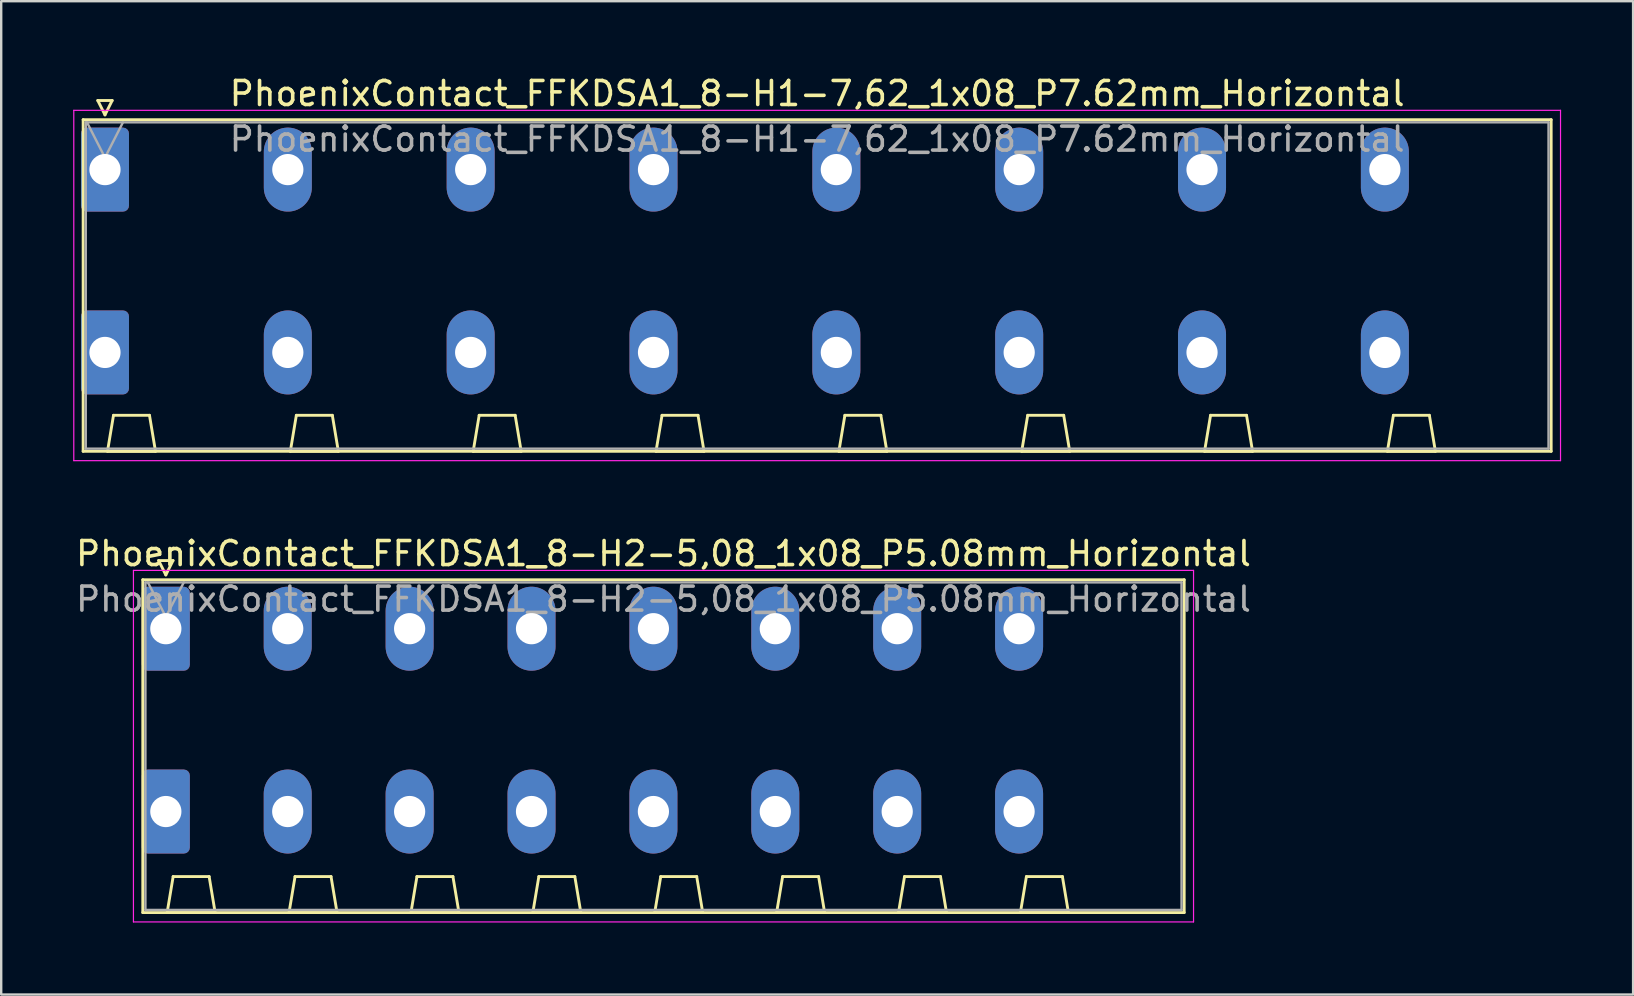
<source format=kicad_pcb>
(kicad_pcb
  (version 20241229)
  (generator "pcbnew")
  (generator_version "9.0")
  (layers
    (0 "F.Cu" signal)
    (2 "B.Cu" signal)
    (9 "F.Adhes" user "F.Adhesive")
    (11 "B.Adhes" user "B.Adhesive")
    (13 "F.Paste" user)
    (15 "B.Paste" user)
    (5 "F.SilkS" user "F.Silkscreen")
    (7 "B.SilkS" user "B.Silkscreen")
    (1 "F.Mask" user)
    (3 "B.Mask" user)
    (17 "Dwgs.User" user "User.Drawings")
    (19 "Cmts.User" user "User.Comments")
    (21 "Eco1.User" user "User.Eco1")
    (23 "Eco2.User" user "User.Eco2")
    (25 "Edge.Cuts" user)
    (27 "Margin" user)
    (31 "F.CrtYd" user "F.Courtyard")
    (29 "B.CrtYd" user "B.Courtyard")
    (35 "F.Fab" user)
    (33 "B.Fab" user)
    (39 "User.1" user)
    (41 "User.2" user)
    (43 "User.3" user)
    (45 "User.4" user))
  (footprint "PhoenixContact_FFKDSA1_8-H2-5,08_1x08_P5.08mm_Horizontal"
    (layer "F.Cu")
    (at 3.861 23.151)
    (property "Reference" "PhoenixContact_FFKDSA1_8-H2-5,08_1x08_P5.08mm_Horizontal" (at 20.74 -3.13 0) (layer "F.SilkS") (effects (font (size 1 1) (thickness 0.15))))
    (attr through_hole)
    (fp_line (start -0.96 -2.04) (end -0.96 11.83) (stroke (width 0.12) (type solid)) (layer "F.SilkS"))
    (fp_line (start -0.96 11.83) (end 42.44 11.83) (stroke (width 0.12) (type solid)) (layer "F.SilkS"))
    (fp_line (start -0.3 -2.84) (end 0.3 -2.84) (stroke (width 0.12) (type solid)) (layer "F.SilkS"))
    (fp_line (start 0 -2.24) (end -0.3 -2.84) (stroke (width 0.12) (type solid)) (layer "F.SilkS"))
    (fp_line (start 0.055 11.83) (end 2.055 11.83) (stroke (width 0.12) (type solid)) (layer "F.SilkS"))
    (fp_line (start 0.3 -2.84) (end 0 -2.24) (stroke (width 0.12) (type solid)) (layer "F.SilkS"))
    (fp_line (start 0.305 10.33) (end 0.055 11.83) (stroke (width 0.12) (type solid)) (layer "F.SilkS"))
    (fp_line (start 1.805 10.33) (end 0.305 10.33) (stroke (width 0.12) (type solid)) (layer "F.SilkS"))
    (fp_line (start 2.055 11.83) (end 1.805 10.33) (stroke (width 0.12) (type solid)) (layer "F.SilkS"))
    (fp_line (start 5.135 11.83) (end 7.135 11.83) (stroke (width 0.12) (type solid)) (layer "F.SilkS"))
    (fp_line (start 5.385 10.33) (end 5.135 11.83) (stroke (width 0.12) (type solid)) (layer "F.SilkS"))
    (fp_line (start 6.885 10.33) (end 5.385 10.33) (stroke (width 0.12) (type solid)) (layer "F.SilkS"))
    (fp_line (start 7.135 11.83) (end 6.885 10.33) (stroke (width 0.12) (type solid)) (layer "F.SilkS"))
    (fp_line (start 10.215 11.83) (end 12.215 11.83) (stroke (width 0.12) (type solid)) (layer "F.SilkS"))
    (fp_line (start 10.465 10.33) (end 10.215 11.83) (stroke (width 0.12) (type solid)) (layer "F.SilkS"))
    (fp_line (start 11.965 10.33) (end 10.465 10.33) (stroke (width 0.12) (type solid)) (layer "F.SilkS"))
    (fp_line (start 12.215 11.83) (end 11.965 10.33) (stroke (width 0.12) (type solid)) (layer "F.SilkS"))
    (fp_line (start 15.295 11.83) (end 17.295 11.83) (stroke (width 0.12) (type solid)) (layer "F.SilkS"))
    (fp_line (start 15.545 10.33) (end 15.295 11.83) (stroke (width 0.12) (type solid)) (layer "F.SilkS"))
    (fp_line (start 17.045 10.33) (end 15.545 10.33) (stroke (width 0.12) (type solid)) (layer "F.SilkS"))
    (fp_line (start 17.295 11.83) (end 17.045 10.33) (stroke (width 0.12) (type solid)) (layer "F.SilkS"))
    (fp_line (start 20.375 11.83) (end 22.375 11.83) (stroke (width 0.12) (type solid)) (layer "F.SilkS"))
    (fp_line (start 20.625 10.33) (end 20.375 11.83) (stroke (width 0.12) (type solid)) (layer "F.SilkS"))
    (fp_line (start 22.125 10.33) (end 20.625 10.33) (stroke (width 0.12) (type solid)) (layer "F.SilkS"))
    (fp_line (start 22.375 11.83) (end 22.125 10.33) (stroke (width 0.12) (type solid)) (layer "F.SilkS"))
    (fp_line (start 25.455 11.83) (end 27.455 11.83) (stroke (width 0.12) (type solid)) (layer "F.SilkS"))
    (fp_line (start 25.705 10.33) (end 25.455 11.83) (stroke (width 0.12) (type solid)) (layer "F.SilkS"))
    (fp_line (start 27.205 10.33) (end 25.705 10.33) (stroke (width 0.12) (type solid)) (layer "F.SilkS"))
    (fp_line (start 27.455 11.83) (end 27.205 10.33) (stroke (width 0.12) (type solid)) (layer "F.SilkS"))
    (fp_line (start 30.535 11.83) (end 32.535 11.83) (stroke (width 0.12) (type solid)) (layer "F.SilkS"))
    (fp_line (start 30.785 10.33) (end 30.535 11.83) (stroke (width 0.12) (type solid)) (layer "F.SilkS"))
    (fp_line (start 32.285 10.33) (end 30.785 10.33) (stroke (width 0.12) (type solid)) (layer "F.SilkS"))
    (fp_line (start 32.535 11.83) (end 32.285 10.33) (stroke (width 0.12) (type solid)) (layer "F.SilkS"))
    (fp_line (start 35.615 11.83) (end 37.615 11.83) (stroke (width 0.12) (type solid)) (layer "F.SilkS"))
    (fp_line (start 35.865 10.33) (end 35.615 11.83) (stroke (width 0.12) (type solid)) (layer "F.SilkS"))
    (fp_line (start 37.365 10.33) (end 35.865 10.33) (stroke (width 0.12) (type solid)) (layer "F.SilkS"))
    (fp_line (start 37.615 11.83) (end 37.365 10.33) (stroke (width 0.12) (type solid)) (layer "F.SilkS"))
    (fp_line (start 42.44 -2.04) (end -0.96 -2.04) (stroke (width 0.12) (type solid)) (layer "F.SilkS"))
    (fp_line (start 42.44 11.83) (end 42.44 -2.04) (stroke (width 0.12) (type solid)) (layer "F.SilkS"))
    (fp_line (start -1.35 -2.43) (end -1.35 12.22) (stroke (width 0.05) (type solid)) (layer "F.CrtYd"))
    (fp_line (start -1.35 12.22) (end 42.83 12.22) (stroke (width 0.05) (type solid)) (layer "F.CrtYd"))
    (fp_line (start 42.83 -2.43) (end -1.35 -2.43) (stroke (width 0.05) (type solid)) (layer "F.CrtYd"))
    (fp_line (start 42.83 12.22) (end 42.83 -2.43) (stroke (width 0.05) (type solid)) (layer "F.CrtYd"))
    (fp_line (start -0.85 -1.93) (end -0.85 11.72) (stroke (width 0.1) (type solid)) (layer "F.Fab"))
    (fp_line (start -0.85 11.72) (end 42.33 11.72) (stroke (width 0.1) (type solid)) (layer "F.Fab"))
    (fp_line (start 0 -0.5) (end -0.75 -1.93) (stroke (width 0.1) (type solid)) (layer "F.Fab"))
    (fp_line (start 0.75 -1.93) (end 0 -0.5) (stroke (width 0.1) (type solid)) (layer "F.Fab"))
    (fp_line (start 42.33 -1.93) (end -0.85 -1.93) (stroke (width 0.1) (type solid)) (layer "F.Fab"))
    (fp_line (start 42.33 11.72) (end 42.33 -1.93) (stroke (width 0.1) (type solid)) (layer "F.Fab"))
    (fp_text user "${REFERENCE}" (at 20.74 -1.23 0) (layer "F.Fab") (effects (font (size 1 1) (thickness 0.15))))
    (pad "1" thru_hole roundrect (at 0 0) (size 2 3.5) (drill 1.3) (layers "*.Cu" "*.Mask") (roundrect_rratio 0.125))
    (pad "1" thru_hole roundrect (at 0 7.62) (size 2 3.5) (drill 1.3) (layers "*.Cu" "*.Mask") (roundrect_rratio 0.125))
    (pad "2" thru_hole oval (at 5.08 0) (size 2 3.5) (drill 1.3) (layers "*.Cu" "*.Mask"))
    (pad "2" thru_hole oval (at 5.08 7.62) (size 2 3.5) (drill 1.3) (layers "*.Cu" "*.Mask"))
    (pad "3" thru_hole oval (at 10.16 0) (size 2 3.5) (drill 1.3) (layers "*.Cu" "*.Mask"))
    (pad "3" thru_hole oval (at 10.16 7.62) (size 2 3.5) (drill 1.3) (layers "*.Cu" "*.Mask"))
    (pad "4" thru_hole oval (at 15.24 0) (size 2 3.5) (drill 1.3) (layers "*.Cu" "*.Mask"))
    (pad "4" thru_hole oval (at 15.24 7.62) (size 2 3.5) (drill 1.3) (layers "*.Cu" "*.Mask"))
    (pad "5" thru_hole oval (at 20.32 0) (size 2 3.5) (drill 1.3) (layers "*.Cu" "*.Mask"))
    (pad "5" thru_hole oval (at 20.32 7.62) (size 2 3.5) (drill 1.3) (layers "*.Cu" "*.Mask"))
    (pad "6" thru_hole oval (at 25.4 0) (size 2 3.5) (drill 1.3) (layers "*.Cu" "*.Mask"))
    (pad "6" thru_hole oval (at 25.4 7.62) (size 2 3.5) (drill 1.3) (layers "*.Cu" "*.Mask"))
    (pad "7" thru_hole oval (at 30.48 0) (size 2 3.5) (drill 1.3) (layers "*.Cu" "*.Mask"))
    (pad "7" thru_hole oval (at 30.48 7.62) (size 2 3.5) (drill 1.3) (layers "*.Cu" "*.Mask"))
    (pad "8" thru_hole oval (at 35.56 0) (size 2 3.5) (drill 1.3) (layers "*.Cu" "*.Mask"))
    (pad "8" thru_hole oval (at 35.56 7.62) (size 2 3.5) (drill 1.3) (layers "*.Cu" "*.Mask")))
  (footprint "PhoenixContact_FFKDSA1_8-H1-7,62_1x08_P7.62mm_Horizontal"
    (layer "F.Cu")
    (at 1.325 4.018)
    (property "Reference" "PhoenixContact_FFKDSA1_8-H1-7,62_1x08_P7.62mm_Horizontal" (at 29.68 -3.17 0) (layer "F.SilkS") (effects (font (size 1 1) (thickness 0.15))))
    (attr through_hole)
    (fp_line (start -0.91 -2.08) (end -0.91 11.74) (stroke (width 0.12) (type solid)) (layer "F.SilkS"))
    (fp_line (start -0.91 11.74) (end 60.27 11.74) (stroke (width 0.12) (type solid)) (layer "F.SilkS"))
    (fp_line (start -0.3 -2.88) (end 0.3 -2.88) (stroke (width 0.12) (type solid)) (layer "F.SilkS"))
    (fp_line (start 0 -2.28) (end -0.3 -2.88) (stroke (width 0.12) (type solid)) (layer "F.SilkS"))
    (fp_line (start 0.105 11.74) (end 2.105 11.74) (stroke (width 0.12) (type solid)) (layer "F.SilkS"))
    (fp_line (start 0.3 -2.88) (end 0 -2.28) (stroke (width 0.12) (type solid)) (layer "F.SilkS"))
    (fp_line (start 0.355 10.24) (end 0.105 11.74) (stroke (width 0.12) (type solid)) (layer "F.SilkS"))
    (fp_line (start 1.855 10.24) (end 0.355 10.24) (stroke (width 0.12) (type solid)) (layer "F.SilkS"))
    (fp_line (start 2.105 11.74) (end 1.855 10.24) (stroke (width 0.12) (type solid)) (layer "F.SilkS"))
    (fp_line (start 7.725 11.74) (end 9.725 11.74) (stroke (width 0.12) (type solid)) (layer "F.SilkS"))
    (fp_line (start 7.975 10.24) (end 7.725 11.74) (stroke (width 0.12) (type solid)) (layer "F.SilkS"))
    (fp_line (start 9.475 10.24) (end 7.975 10.24) (stroke (width 0.12) (type solid)) (layer "F.SilkS"))
    (fp_line (start 9.725 11.74) (end 9.475 10.24) (stroke (width 0.12) (type solid)) (layer "F.SilkS"))
    (fp_line (start 15.345 11.74) (end 17.345 11.74) (stroke (width 0.12) (type solid)) (layer "F.SilkS"))
    (fp_line (start 15.595 10.24) (end 15.345 11.74) (stroke (width 0.12) (type solid)) (layer "F.SilkS"))
    (fp_line (start 17.095 10.24) (end 15.595 10.24) (stroke (width 0.12) (type solid)) (layer "F.SilkS"))
    (fp_line (start 17.345 11.74) (end 17.095 10.24) (stroke (width 0.12) (type solid)) (layer "F.SilkS"))
    (fp_line (start 22.965 11.74) (end 24.965 11.74) (stroke (width 0.12) (type solid)) (layer "F.SilkS"))
    (fp_line (start 23.215 10.24) (end 22.965 11.74) (stroke (width 0.12) (type solid)) (layer "F.SilkS"))
    (fp_line (start 24.715 10.24) (end 23.215 10.24) (stroke (width 0.12) (type solid)) (layer "F.SilkS"))
    (fp_line (start 24.965 11.74) (end 24.715 10.24) (stroke (width 0.12) (type solid)) (layer "F.SilkS"))
    (fp_line (start 30.585 11.74) (end 32.585 11.74) (stroke (width 0.12) (type solid)) (layer "F.SilkS"))
    (fp_line (start 30.835 10.24) (end 30.585 11.74) (stroke (width 0.12) (type solid)) (layer "F.SilkS"))
    (fp_line (start 32.335 10.24) (end 30.835 10.24) (stroke (width 0.12) (type solid)) (layer "F.SilkS"))
    (fp_line (start 32.585 11.74) (end 32.335 10.24) (stroke (width 0.12) (type solid)) (layer "F.SilkS"))
    (fp_line (start 38.205 11.74) (end 40.205 11.74) (stroke (width 0.12) (type solid)) (layer "F.SilkS"))
    (fp_line (start 38.455 10.24) (end 38.205 11.74) (stroke (width 0.12) (type solid)) (layer "F.SilkS"))
    (fp_line (start 39.955 10.24) (end 38.455 10.24) (stroke (width 0.12) (type solid)) (layer "F.SilkS"))
    (fp_line (start 40.205 11.74) (end 39.955 10.24) (stroke (width 0.12) (type solid)) (layer "F.SilkS"))
    (fp_line (start 45.825 11.74) (end 47.825 11.74) (stroke (width 0.12) (type solid)) (layer "F.SilkS"))
    (fp_line (start 46.075 10.24) (end 45.825 11.74) (stroke (width 0.12) (type solid)) (layer "F.SilkS"))
    (fp_line (start 47.575 10.24) (end 46.075 10.24) (stroke (width 0.12) (type solid)) (layer "F.SilkS"))
    (fp_line (start 47.825 11.74) (end 47.575 10.24) (stroke (width 0.12) (type solid)) (layer "F.SilkS"))
    (fp_line (start 53.445 11.74) (end 55.445 11.74) (stroke (width 0.12) (type solid)) (layer "F.SilkS"))
    (fp_line (start 53.695 10.24) (end 53.445 11.74) (stroke (width 0.12) (type solid)) (layer "F.SilkS"))
    (fp_line (start 55.195 10.24) (end 53.695 10.24) (stroke (width 0.12) (type solid)) (layer "F.SilkS"))
    (fp_line (start 55.445 11.74) (end 55.195 10.24) (stroke (width 0.12) (type solid)) (layer "F.SilkS"))
    (fp_line (start 60.27 -2.08) (end -0.91 -2.08) (stroke (width 0.12) (type solid)) (layer "F.SilkS"))
    (fp_line (start 60.27 11.74) (end 60.27 -2.08) (stroke (width 0.12) (type solid)) (layer "F.SilkS"))
    (fp_line (start -1.3 -2.47) (end -1.3 12.13) (stroke (width 0.05) (type solid)) (layer "F.CrtYd"))
    (fp_line (start -1.3 12.13) (end 60.66 12.13) (stroke (width 0.05) (type solid)) (layer "F.CrtYd"))
    (fp_line (start 60.66 -2.47) (end -1.3 -2.47) (stroke (width 0.05) (type solid)) (layer "F.CrtYd"))
    (fp_line (start 60.66 12.13) (end 60.66 -2.47) (stroke (width 0.05) (type solid)) (layer "F.CrtYd"))
    (fp_line (start -0.8 -1.97) (end -0.8 11.63) (stroke (width 0.1) (type solid)) (layer "F.Fab"))
    (fp_line (start -0.8 11.63) (end 60.16 11.63) (stroke (width 0.1) (type solid)) (layer "F.Fab"))
    (fp_line (start 0 -0.5) (end -0.75 -1.97) (stroke (width 0.1) (type solid)) (layer "F.Fab"))
    (fp_line (start 0.75 -1.97) (end 0 -0.5) (stroke (width 0.1) (type solid)) (layer "F.Fab"))
    (fp_line (start 60.16 -1.97) (end -0.8 -1.97) (stroke (width 0.1) (type solid)) (layer "F.Fab"))
    (fp_line (start 60.16 11.63) (end 60.16 -1.97) (stroke (width 0.1) (type solid)) (layer "F.Fab"))
    (fp_text user "${REFERENCE}" (at 29.68 -1.27 0) (layer "F.Fab") (effects (font (size 1 1) (thickness 0.15))))
    (pad "1" thru_hole roundrect (at 0 0) (size 2 3.5) (drill 1.3) (layers "*.Cu" "*.Mask") (roundrect_rratio 0.125))
    (pad "1" thru_hole roundrect (at 0 7.62) (size 2 3.5) (drill 1.3) (layers "*.Cu" "*.Mask") (roundrect_rratio 0.125))
    (pad "2" thru_hole oval (at 7.62 0) (size 2 3.5) (drill 1.3) (layers "*.Cu" "*.Mask"))
    (pad "2" thru_hole oval (at 7.62 7.62) (size 2 3.5) (drill 1.3) (layers "*.Cu" "*.Mask"))
    (pad "3" thru_hole oval (at 15.24 0) (size 2 3.5) (drill 1.3) (layers "*.Cu" "*.Mask"))
    (pad "3" thru_hole oval (at 15.24 7.62) (size 2 3.5) (drill 1.3) (layers "*.Cu" "*.Mask"))
    (pad "4" thru_hole oval (at 22.86 0) (size 2 3.5) (drill 1.3) (layers "*.Cu" "*.Mask"))
    (pad "4" thru_hole oval (at 22.86 7.62) (size 2 3.5) (drill 1.3) (layers "*.Cu" "*.Mask"))
    (pad "5" thru_hole oval (at 30.48 0) (size 2 3.5) (drill 1.3) (layers "*.Cu" "*.Mask"))
    (pad "5" thru_hole oval (at 30.48 7.62) (size 2 3.5) (drill 1.3) (layers "*.Cu" "*.Mask"))
    (pad "6" thru_hole oval (at 38.1 0) (size 2 3.5) (drill 1.3) (layers "*.Cu" "*.Mask"))
    (pad "6" thru_hole oval (at 38.1 7.62) (size 2 3.5) (drill 1.3) (layers "*.Cu" "*.Mask"))
    (pad "7" thru_hole oval (at 45.72 0) (size 2 3.5) (drill 1.3) (layers "*.Cu" "*.Mask"))
    (pad "7" thru_hole oval (at 45.72 7.62) (size 2 3.5) (drill 1.3) (layers "*.Cu" "*.Mask"))
    (pad "8" thru_hole oval (at 53.34 0) (size 2 3.5) (drill 1.3) (layers "*.Cu" "*.Mask"))
    (pad "8" thru_hole oval (at 53.34 7.62) (size 2 3.5) (drill 1.3) (layers "*.Cu" "*.Mask")))
  (gr_rect
    (start -3 -3)
    (end 65.01 38.397)
    (stroke (width 0.1) (type default))
    (fill no)
    (layer "Edge.Cuts")))
</source>
